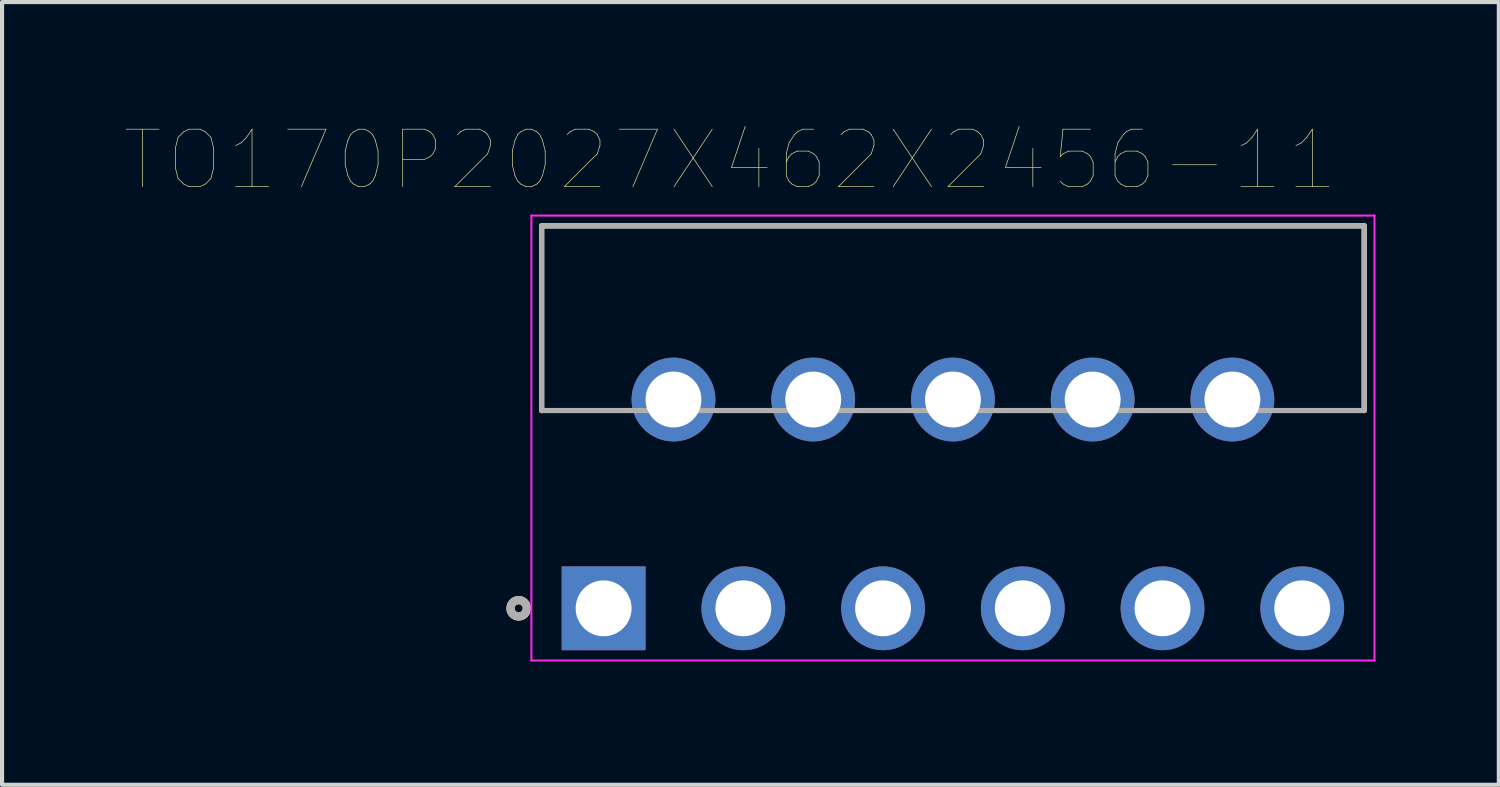
<source format=kicad_pcb>
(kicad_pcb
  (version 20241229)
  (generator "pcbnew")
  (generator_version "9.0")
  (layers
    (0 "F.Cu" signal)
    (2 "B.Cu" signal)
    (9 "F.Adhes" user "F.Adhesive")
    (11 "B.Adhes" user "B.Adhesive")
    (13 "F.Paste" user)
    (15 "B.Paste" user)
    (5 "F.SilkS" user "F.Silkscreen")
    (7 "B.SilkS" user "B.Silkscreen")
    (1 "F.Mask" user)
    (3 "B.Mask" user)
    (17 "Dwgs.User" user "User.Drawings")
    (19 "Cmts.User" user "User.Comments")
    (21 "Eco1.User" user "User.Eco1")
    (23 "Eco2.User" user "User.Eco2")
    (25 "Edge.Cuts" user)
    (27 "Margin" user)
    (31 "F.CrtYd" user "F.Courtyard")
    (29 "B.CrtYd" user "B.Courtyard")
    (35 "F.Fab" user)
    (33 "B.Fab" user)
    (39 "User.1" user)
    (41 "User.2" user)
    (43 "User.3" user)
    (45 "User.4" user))
  (footprint "TO170P2027X462X2456-11"
    (layer "F.Cu")
    (at 11.638 11.752)
    (property "Reference" "TO170P2027X462X2456-11" (at 3.078 -10.906 0) (layer "F.SilkS") (effects (font (size 1.4 1.4) (thickness 0.015))))
    (attr through_hole)
    (fp_line (start -1.508 -9.307) (end -1.508 -4.812) (stroke (width 0.127) (type solid)) (layer "F.SilkS"))
    (fp_line (start 18.508 -9.307) (end -1.508 -9.307) (stroke (width 0.127) (type solid)) (layer "F.SilkS"))
    (fp_line (start 18.508 -4.812) (end 18.508 -9.307) (stroke (width 0.127) (type solid)) (layer "F.SilkS"))
    (fp_circle (center -2.067 0) (end -1.968 0) (stroke (width 0.2) (type solid)) (fill no) (layer "F.SilkS"))
    (fp_line (start -1.758 -9.557) (end -1.758 1.27) (stroke (width 0.05) (type solid)) (layer "F.CrtYd"))
    (fp_line (start -1.758 1.27) (end 18.758 1.27) (stroke (width 0.05) (type solid)) (layer "F.CrtYd"))
    (fp_line (start 18.758 -9.557) (end -1.758 -9.557) (stroke (width 0.05) (type solid)) (layer "F.CrtYd"))
    (fp_line (start 18.758 1.27) (end 18.758 -9.557) (stroke (width 0.05) (type solid)) (layer "F.CrtYd"))
    (fp_line (start -1.508 -9.307) (end -1.508 -4.812) (stroke (width 0.127) (type solid)) (layer "F.Fab"))
    (fp_line (start -1.508 -4.812) (end 18.508 -4.812) (stroke (width 0.127) (type solid)) (layer "F.Fab"))
    (fp_line (start 18.508 -9.307) (end -1.508 -9.307) (stroke (width 0.127) (type solid)) (layer "F.Fab"))
    (fp_line (start 18.508 -4.812) (end 18.508 -9.307) (stroke (width 0.127) (type solid)) (layer "F.Fab"))
    (fp_circle (center -2.067 0) (end -1.968 0) (stroke (width 0.2) (type solid)) (fill no) (layer "F.Fab"))
    (pad "1" thru_hole rect (at 0 0) (size 2.04 2.04) (drill 1.36) (layers "*.Cu" "*.Mask"))
    (pad "2" thru_hole circle (at 1.7 -5.08) (size 2.04 2.04) (drill 1.36) (layers "*.Cu" "*.Mask"))
    (pad "3" thru_hole circle (at 3.4 0) (size 2.04 2.04) (drill 1.36) (layers "*.Cu" "*.Mask"))
    (pad "4" thru_hole circle (at 5.1 -5.08) (size 2.04 2.04) (drill 1.36) (layers "*.Cu" "*.Mask"))
    (pad "5" thru_hole circle (at 6.8 0) (size 2.04 2.04) (drill 1.36) (layers "*.Cu" "*.Mask"))
    (pad "6" thru_hole circle (at 8.5 -5.08) (size 2.04 2.04) (drill 1.36) (layers "*.Cu" "*.Mask"))
    (pad "7" thru_hole circle (at 10.2 0) (size 2.04 2.04) (drill 1.36) (layers "*.Cu" "*.Mask"))
    (pad "8" thru_hole circle (at 11.9 -5.08) (size 2.04 2.04) (drill 1.36) (layers "*.Cu" "*.Mask"))
    (pad "9" thru_hole circle (at 13.6 0) (size 2.04 2.04) (drill 1.36) (layers "*.Cu" "*.Mask"))
    (pad "10" thru_hole circle (at 15.3 -5.08) (size 2.04 2.04) (drill 1.36) (layers "*.Cu" "*.Mask"))
    (pad "11" thru_hole circle (at 17 0) (size 2.04 2.04) (drill 1.36) (layers "*.Cu" "*.Mask")))
  (gr_rect
    (start -3 -3)
    (end 33.421 16.047)
    (stroke (width 0.1) (type default))
    (fill no)
    (layer "Edge.Cuts")))
</source>
